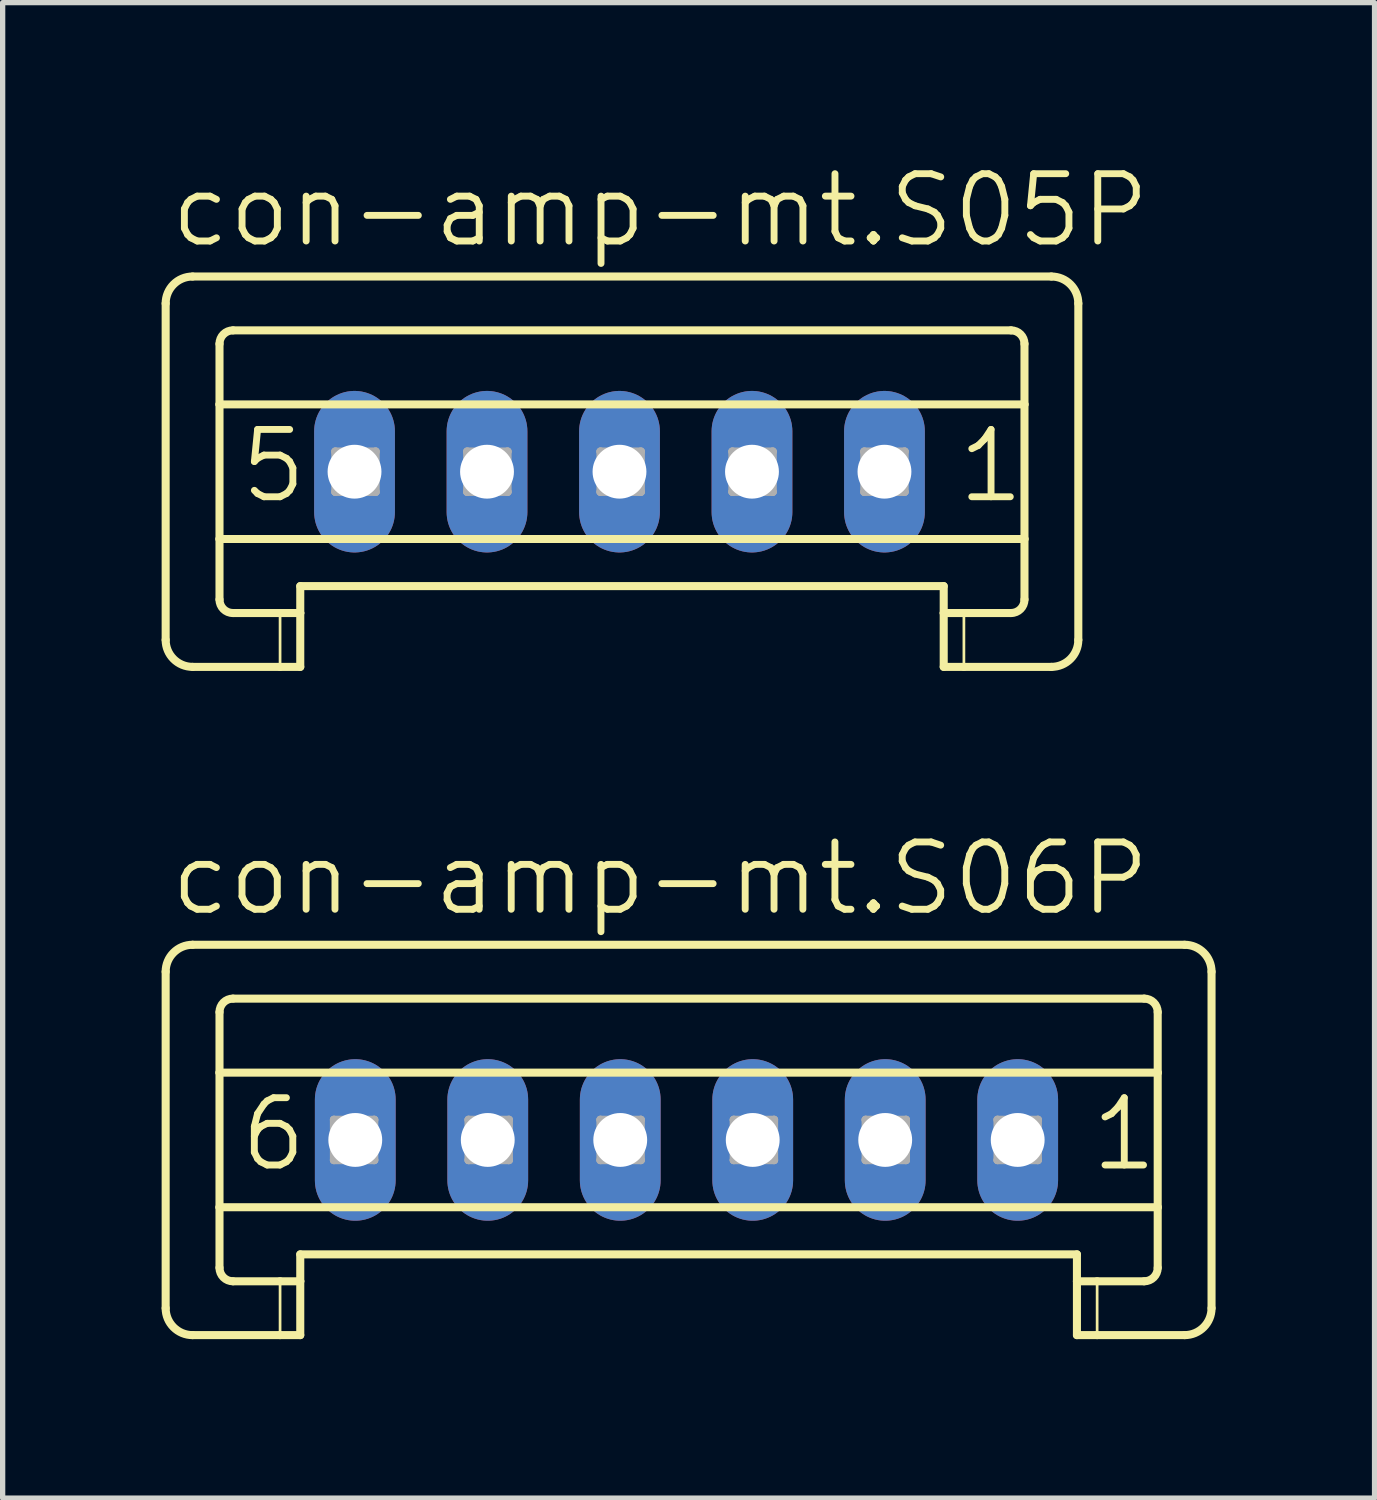
<source format=kicad_pcb>
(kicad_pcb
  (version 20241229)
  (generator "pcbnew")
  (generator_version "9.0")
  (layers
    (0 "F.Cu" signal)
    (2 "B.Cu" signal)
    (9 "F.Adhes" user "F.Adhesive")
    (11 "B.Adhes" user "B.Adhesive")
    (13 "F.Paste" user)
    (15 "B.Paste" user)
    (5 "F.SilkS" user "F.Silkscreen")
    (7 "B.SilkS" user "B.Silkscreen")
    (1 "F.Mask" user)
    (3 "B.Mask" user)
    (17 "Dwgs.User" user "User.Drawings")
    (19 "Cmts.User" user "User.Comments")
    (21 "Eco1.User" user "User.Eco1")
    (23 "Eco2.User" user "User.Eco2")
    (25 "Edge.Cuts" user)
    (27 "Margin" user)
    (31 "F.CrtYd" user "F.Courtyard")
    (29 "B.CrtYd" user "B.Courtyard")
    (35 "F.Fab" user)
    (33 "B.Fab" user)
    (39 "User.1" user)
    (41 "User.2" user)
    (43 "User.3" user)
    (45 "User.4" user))
  (footprint "con-amp-mt.S06P"
    (layer "F.Cu")
    (at 9.904 18.461)
    (property "Reference" "con-amp-mt.S06P" (at -9.803 -4.191 0) (layer "F.SilkS") (effects (font (size 1.27 1.27) (thickness 0.13)) (justify left bottom)))
    (attr through_hole)
    (fp_line (start -9.828 -3.175) (end -9.828 3.175) (stroke (width 0.152) (type default)) (layer "F.SilkS"))
    (fp_line (start -9.32 -3.683) (end 9.4 -3.683) (stroke (width 0.152) (type default)) (layer "F.SilkS"))
    (fp_line (start -8.812 -1.27) (end -8.812 -2.413) (stroke (width 0.152) (type default)) (layer "F.SilkS"))
    (fp_line (start -8.812 -1.27) (end 8.892 -1.27) (stroke (width 0.152) (type default)) (layer "F.SilkS"))
    (fp_line (start -8.812 1.27) (end -8.812 -1.27) (stroke (width 0.152) (type default)) (layer "F.SilkS"))
    (fp_line (start -8.812 1.27) (end 8.892 1.27) (stroke (width 0.152) (type default)) (layer "F.SilkS"))
    (fp_line (start -8.812 2.413) (end -8.812 1.27) (stroke (width 0.152) (type default)) (layer "F.SilkS"))
    (fp_line (start -8.558 -2.667) (end 8.638 -2.667) (stroke (width 0.152) (type default)) (layer "F.SilkS"))
    (fp_line (start -8.558 2.667) (end -7.669 2.667) (stroke (width 0.152) (type default)) (layer "F.SilkS"))
    (fp_line (start -7.669 2.667) (end -7.669 3.683) (stroke (width 0.051) (type default)) (layer "F.SilkS"))
    (fp_line (start -7.669 2.667) (end -7.288 2.667) (stroke (width 0.152) (type default)) (layer "F.SilkS"))
    (fp_line (start -7.669 3.683) (end -9.32 3.683) (stroke (width 0.152) (type default)) (layer "F.SilkS"))
    (fp_line (start -7.288 2.159) (end 7.368 2.159) (stroke (width 0.152) (type default)) (layer "F.SilkS"))
    (fp_line (start -7.288 2.667) (end -7.288 2.159) (stroke (width 0.152) (type default)) (layer "F.SilkS"))
    (fp_line (start -7.288 2.667) (end -7.288 3.683) (stroke (width 0.152) (type default)) (layer "F.SilkS"))
    (fp_line (start -7.288 3.683) (end -7.669 3.683) (stroke (width 0.152) (type default)) (layer "F.SilkS"))
    (fp_line (start 7.368 2.667) (end 7.368 2.159) (stroke (width 0.152) (type default)) (layer "F.SilkS"))
    (fp_line (start 7.368 2.667) (end 7.749 2.667) (stroke (width 0.152) (type default)) (layer "F.SilkS"))
    (fp_line (start 7.368 3.683) (end 7.368 2.667) (stroke (width 0.152) (type default)) (layer "F.SilkS"))
    (fp_line (start 7.749 2.667) (end 7.749 3.683) (stroke (width 0.051) (type default)) (layer "F.SilkS"))
    (fp_line (start 7.749 2.667) (end 8.638 2.667) (stroke (width 0.152) (type default)) (layer "F.SilkS"))
    (fp_line (start 7.749 3.683) (end 7.368 3.683) (stroke (width 0.152) (type default)) (layer "F.SilkS"))
    (fp_line (start 8.892 -1.27) (end 8.892 -2.413) (stroke (width 0.152) (type default)) (layer "F.SilkS"))
    (fp_line (start 8.892 1.27) (end 8.892 -1.27) (stroke (width 0.152) (type default)) (layer "F.SilkS"))
    (fp_line (start 8.892 2.413) (end 8.892 1.27) (stroke (width 0.152) (type default)) (layer "F.SilkS"))
    (fp_line (start 9.4 3.683) (end 7.749 3.683) (stroke (width 0.152) (type default)) (layer "F.SilkS"))
    (fp_line (start 9.908 -3.175) (end 9.908 3.175) (stroke (width 0.152) (type default)) (layer "F.SilkS"))
    (fp_arc (start -9.828 -3.175) (mid -9.67921 -3.53421) (end -9.32 -3.683) (stroke (width 0.1524) (type default)) (layer "F.SilkS"))
    (fp_arc (start -9.32 3.683) (mid -9.67921 3.53421) (end -9.828 3.175) (stroke (width 0.1524) (type default)) (layer "F.SilkS"))
    (fp_arc (start -8.812 -2.413) (mid -8.737605 -2.592605) (end -8.558 -2.667) (stroke (width 0.1524) (type default)) (layer "F.SilkS"))
    (fp_arc (start -8.558 2.667) (mid -8.737605 2.592605) (end -8.812 2.413) (stroke (width 0.1524) (type default)) (layer "F.SilkS"))
    (fp_arc (start 8.638 -2.667) (mid 8.817605 -2.592605) (end 8.892 -2.413) (stroke (width 0.1524) (type default)) (layer "F.SilkS"))
    (fp_arc (start 8.892 2.413) (mid 8.817605 2.592605) (end 8.638 2.667) (stroke (width 0.1524) (type default)) (layer "F.SilkS"))
    (fp_arc (start 9.4 -3.683) (mid 9.75921 -3.53421) (end 9.908 -3.175) (stroke (width 0.1524) (type default)) (layer "F.SilkS"))
    (fp_arc (start 9.908 3.175) (mid 9.75921 3.53421) (end 9.4 3.683) (stroke (width 0.1524) (type default)) (layer "F.SilkS"))
    (fp_line (start -6.653 -0.381) (end -6.653 0.381) (stroke (width 0.152) (type default)) (layer "F.Fab"))
    (fp_line (start -6.653 -0.381) (end -5.891 0.381) (stroke (width 0.152) (type default)) (layer "F.Fab"))
    (fp_line (start -6.653 0.381) (end -5.891 0.381) (stroke (width 0.152) (type default)) (layer "F.Fab"))
    (fp_line (start -5.891 -0.381) (end -6.653 -0.381) (stroke (width 0.152) (type default)) (layer "F.Fab"))
    (fp_line (start -5.891 -0.381) (end -6.653 0.381) (stroke (width 0.152) (type default)) (layer "F.Fab"))
    (fp_line (start -5.891 0.381) (end -5.891 -0.381) (stroke (width 0.152) (type default)) (layer "F.Fab"))
    (fp_line (start -4.113 -0.381) (end -4.113 0.381) (stroke (width 0.152) (type default)) (layer "F.Fab"))
    (fp_line (start -4.113 -0.381) (end -3.351 0.381) (stroke (width 0.152) (type default)) (layer "F.Fab"))
    (fp_line (start -4.113 0.381) (end -3.351 0.381) (stroke (width 0.152) (type default)) (layer "F.Fab"))
    (fp_line (start -3.351 -0.381) (end -4.113 -0.381) (stroke (width 0.152) (type default)) (layer "F.Fab"))
    (fp_line (start -3.351 -0.381) (end -4.113 0.381) (stroke (width 0.152) (type default)) (layer "F.Fab"))
    (fp_line (start -3.351 0.381) (end -3.351 -0.381) (stroke (width 0.152) (type default)) (layer "F.Fab"))
    (fp_line (start -1.624 -0.381) (end -1.624 0.381) (stroke (width 0.152) (type default)) (layer "F.Fab"))
    (fp_line (start -1.624 -0.381) (end -0.862 0.381) (stroke (width 0.152) (type default)) (layer "F.Fab"))
    (fp_line (start -1.624 0.381) (end -0.862 0.381) (stroke (width 0.152) (type default)) (layer "F.Fab"))
    (fp_line (start -0.862 -0.381) (end -1.624 -0.381) (stroke (width 0.152) (type default)) (layer "F.Fab"))
    (fp_line (start -0.862 -0.381) (end -1.624 0.381) (stroke (width 0.152) (type default)) (layer "F.Fab"))
    (fp_line (start -0.862 0.381) (end -0.862 -0.381) (stroke (width 0.152) (type default)) (layer "F.Fab"))
    (fp_line (start 0.891 -0.381) (end 0.891 0.381) (stroke (width 0.152) (type default)) (layer "F.Fab"))
    (fp_line (start 0.891 -0.381) (end 1.653 0.381) (stroke (width 0.152) (type default)) (layer "F.Fab"))
    (fp_line (start 0.891 0.381) (end 1.653 0.381) (stroke (width 0.152) (type default)) (layer "F.Fab"))
    (fp_line (start 1.653 -0.381) (end 0.891 -0.381) (stroke (width 0.152) (type default)) (layer "F.Fab"))
    (fp_line (start 1.653 -0.381) (end 0.891 0.381) (stroke (width 0.152) (type default)) (layer "F.Fab"))
    (fp_line (start 1.653 0.381) (end 1.653 -0.381) (stroke (width 0.152) (type default)) (layer "F.Fab"))
    (fp_line (start 3.38 -0.381) (end 3.38 0.381) (stroke (width 0.152) (type default)) (layer "F.Fab"))
    (fp_line (start 3.38 -0.381) (end 4.142 0.381) (stroke (width 0.152) (type default)) (layer "F.Fab"))
    (fp_line (start 3.38 0.381) (end 4.142 0.381) (stroke (width 0.152) (type default)) (layer "F.Fab"))
    (fp_line (start 4.142 -0.381) (end 3.38 -0.381) (stroke (width 0.152) (type default)) (layer "F.Fab"))
    (fp_line (start 4.142 -0.381) (end 3.38 0.381) (stroke (width 0.152) (type default)) (layer "F.Fab"))
    (fp_line (start 4.142 0.381) (end 4.142 -0.381) (stroke (width 0.152) (type default)) (layer "F.Fab"))
    (fp_line (start 5.869 -0.381) (end 5.869 0.381) (stroke (width 0.152) (type default)) (layer "F.Fab"))
    (fp_line (start 5.869 -0.381) (end 6.631 0.381) (stroke (width 0.152) (type default)) (layer "F.Fab"))
    (fp_line (start 5.869 0.381) (end 6.631 0.381) (stroke (width 0.152) (type default)) (layer "F.Fab"))
    (fp_line (start 6.631 -0.381) (end 5.869 -0.381) (stroke (width 0.152) (type default)) (layer "F.Fab"))
    (fp_line (start 6.631 -0.381) (end 5.869 0.381) (stroke (width 0.152) (type default)) (layer "F.Fab"))
    (fp_line (start 6.631 0.381) (end 6.631 -0.381) (stroke (width 0.152) (type default)) (layer "F.Fab"))
    (fp_text user "6" (at -8.482 0.635 0) (layer "F.SilkS") (effects (font (size 1.27 1.27) (thickness 0.13)) (justify left bottom)))
    (fp_text user "1" (at 7.571 0.635 0) (layer "F.SilkS") (effects (font (size 1.27 1.27) (thickness 0.13)) (justify left bottom)))
    (pad "1" thru_hole oval (at 6.25 0 90) (size 3.048 1.524) (drill 1.016) (layers "*.Cu" "*.Mask"))
    (pad "2" thru_hole oval (at 3.75 0 90) (size 3.048 1.524) (drill 1.016) (layers "*.Cu" "*.Mask"))
    (pad "3" thru_hole oval (at 1.25 0 90) (size 3.048 1.524) (drill 1.016) (layers "*.Cu" "*.Mask"))
    (pad "4" thru_hole oval (at -1.25 0 90) (size 3.048 1.524) (drill 1.016) (layers "*.Cu" "*.Mask"))
    (pad "5" thru_hole oval (at -3.75 0 90) (size 3.048 1.524) (drill 1.016) (layers "*.Cu" "*.Mask"))
    (pad "6" thru_hole oval (at -6.25 0 90) (size 3.048 1.524) (drill 1.016) (layers "*.Cu" "*.Mask")))
  (footprint "con-amp-mt.S05P"
    (layer "F.Cu")
    (at 8.64 5.851)
    (property "Reference" "con-amp-mt.S05P" (at -8.538 -4.191 0) (layer "F.SilkS") (effects (font (size 1.27 1.27) (thickness 0.13)) (justify left bottom)))
    (attr through_hole)
    (fp_line (start -8.564 -3.175) (end -8.564 3.175) (stroke (width 0.152) (type default)) (layer "F.SilkS"))
    (fp_line (start -8.056 -3.683) (end 8.15 -3.683) (stroke (width 0.152) (type default)) (layer "F.SilkS"))
    (fp_line (start -7.548 -1.27) (end -7.548 -2.413) (stroke (width 0.152) (type default)) (layer "F.SilkS"))
    (fp_line (start -7.548 -1.27) (end 7.642 -1.27) (stroke (width 0.152) (type default)) (layer "F.SilkS"))
    (fp_line (start -7.548 1.27) (end -7.548 -1.27) (stroke (width 0.152) (type default)) (layer "F.SilkS"))
    (fp_line (start -7.548 1.27) (end 7.642 1.27) (stroke (width 0.152) (type default)) (layer "F.SilkS"))
    (fp_line (start -7.548 2.413) (end -7.548 1.27) (stroke (width 0.152) (type default)) (layer "F.SilkS"))
    (fp_line (start -7.294 -2.667) (end 7.388 -2.667) (stroke (width 0.152) (type default)) (layer "F.SilkS"))
    (fp_line (start -7.294 2.667) (end -6.405 2.667) (stroke (width 0.152) (type default)) (layer "F.SilkS"))
    (fp_line (start -6.405 2.667) (end -6.405 3.683) (stroke (width 0.051) (type default)) (layer "F.SilkS"))
    (fp_line (start -6.405 2.667) (end -6.024 2.667) (stroke (width 0.152) (type default)) (layer "F.SilkS"))
    (fp_line (start -6.405 3.683) (end -8.056 3.683) (stroke (width 0.152) (type default)) (layer "F.SilkS"))
    (fp_line (start -6.024 2.159) (end 6.118 2.159) (stroke (width 0.152) (type default)) (layer "F.SilkS"))
    (fp_line (start -6.024 2.667) (end -6.024 2.159) (stroke (width 0.152) (type default)) (layer "F.SilkS"))
    (fp_line (start -6.024 2.667) (end -6.024 3.683) (stroke (width 0.152) (type default)) (layer "F.SilkS"))
    (fp_line (start -6.024 3.683) (end -6.405 3.683) (stroke (width 0.152) (type default)) (layer "F.SilkS"))
    (fp_line (start 6.118 2.667) (end 6.118 2.159) (stroke (width 0.152) (type default)) (layer "F.SilkS"))
    (fp_line (start 6.118 2.667) (end 6.499 2.667) (stroke (width 0.152) (type default)) (layer "F.SilkS"))
    (fp_line (start 6.118 3.683) (end 6.118 2.667) (stroke (width 0.152) (type default)) (layer "F.SilkS"))
    (fp_line (start 6.499 2.667) (end 6.499 3.683) (stroke (width 0.051) (type default)) (layer "F.SilkS"))
    (fp_line (start 6.499 2.667) (end 7.388 2.667) (stroke (width 0.152) (type default)) (layer "F.SilkS"))
    (fp_line (start 6.499 3.683) (end 6.118 3.683) (stroke (width 0.152) (type default)) (layer "F.SilkS"))
    (fp_line (start 7.642 -1.27) (end 7.642 -2.413) (stroke (width 0.152) (type default)) (layer "F.SilkS"))
    (fp_line (start 7.642 1.27) (end 7.642 -1.27) (stroke (width 0.152) (type default)) (layer "F.SilkS"))
    (fp_line (start 7.642 2.413) (end 7.642 1.27) (stroke (width 0.152) (type default)) (layer "F.SilkS"))
    (fp_line (start 8.15 3.683) (end 6.499 3.683) (stroke (width 0.152) (type default)) (layer "F.SilkS"))
    (fp_line (start 8.658 -3.175) (end 8.658 3.175) (stroke (width 0.152) (type default)) (layer "F.SilkS"))
    (fp_arc (start -8.564 -3.175) (mid -8.41521 -3.53421) (end -8.056 -3.683) (stroke (width 0.1524) (type default)) (layer "F.SilkS"))
    (fp_arc (start -8.056 3.683) (mid -8.41521 3.53421) (end -8.564 3.175) (stroke (width 0.1524) (type default)) (layer "F.SilkS"))
    (fp_arc (start -7.548 -2.413) (mid -7.473605 -2.592605) (end -7.294 -2.667) (stroke (width 0.1524) (type default)) (layer "F.SilkS"))
    (fp_arc (start -7.294 2.667) (mid -7.473605 2.592605) (end -7.548 2.413) (stroke (width 0.1524) (type default)) (layer "F.SilkS"))
    (fp_arc (start 7.388 -2.667) (mid 7.567605 -2.592605) (end 7.642 -2.413) (stroke (width 0.1524) (type default)) (layer "F.SilkS"))
    (fp_arc (start 7.642 2.413) (mid 7.567605 2.592605) (end 7.388 2.667) (stroke (width 0.1524) (type default)) (layer "F.SilkS"))
    (fp_arc (start 8.15 -3.683) (mid 8.50921 -3.53421) (end 8.658 -3.175) (stroke (width 0.1524) (type default)) (layer "F.SilkS"))
    (fp_arc (start 8.658 3.175) (mid 8.50921 3.53421) (end 8.15 3.683) (stroke (width 0.1524) (type default)) (layer "F.SilkS"))
    (fp_line (start -5.363 -0.381) (end -5.363 0.381) (stroke (width 0.152) (type default)) (layer "F.Fab"))
    (fp_line (start -5.363 -0.381) (end -4.601 0.381) (stroke (width 0.152) (type default)) (layer "F.Fab"))
    (fp_line (start -5.363 0.381) (end -4.601 0.381) (stroke (width 0.152) (type default)) (layer "F.Fab"))
    (fp_line (start -4.601 -0.381) (end -5.363 -0.381) (stroke (width 0.152) (type default)) (layer "F.Fab"))
    (fp_line (start -4.601 -0.381) (end -5.363 0.381) (stroke (width 0.152) (type default)) (layer "F.Fab"))
    (fp_line (start -4.601 0.381) (end -4.601 -0.381) (stroke (width 0.152) (type default)) (layer "F.Fab"))
    (fp_line (start -2.874 -0.381) (end -2.874 0.381) (stroke (width 0.152) (type default)) (layer "F.Fab"))
    (fp_line (start -2.874 -0.381) (end -2.112 0.381) (stroke (width 0.152) (type default)) (layer "F.Fab"))
    (fp_line (start -2.874 0.381) (end -2.112 0.381) (stroke (width 0.152) (type default)) (layer "F.Fab"))
    (fp_line (start -2.112 -0.381) (end -2.874 -0.381) (stroke (width 0.152) (type default)) (layer "F.Fab"))
    (fp_line (start -2.112 -0.381) (end -2.874 0.381) (stroke (width 0.152) (type default)) (layer "F.Fab"))
    (fp_line (start -2.112 0.381) (end -2.112 -0.381) (stroke (width 0.152) (type default)) (layer "F.Fab"))
    (fp_line (start -0.359 -0.381) (end -0.359 0.381) (stroke (width 0.152) (type default)) (layer "F.Fab"))
    (fp_line (start -0.359 -0.381) (end 0.403 0.381) (stroke (width 0.152) (type default)) (layer "F.Fab"))
    (fp_line (start -0.359 0.381) (end 0.403 0.381) (stroke (width 0.152) (type default)) (layer "F.Fab"))
    (fp_line (start 0.403 -0.381) (end -0.359 -0.381) (stroke (width 0.152) (type default)) (layer "F.Fab"))
    (fp_line (start 0.403 -0.381) (end -0.359 0.381) (stroke (width 0.152) (type default)) (layer "F.Fab"))
    (fp_line (start 0.403 0.381) (end 0.403 -0.381) (stroke (width 0.152) (type default)) (layer "F.Fab"))
    (fp_line (start 2.13 -0.381) (end 2.13 0.381) (stroke (width 0.152) (type default)) (layer "F.Fab"))
    (fp_line (start 2.13 -0.381) (end 2.892 0.381) (stroke (width 0.152) (type default)) (layer "F.Fab"))
    (fp_line (start 2.13 0.381) (end 2.892 0.381) (stroke (width 0.152) (type default)) (layer "F.Fab"))
    (fp_line (start 2.892 -0.381) (end 2.13 -0.381) (stroke (width 0.152) (type default)) (layer "F.Fab"))
    (fp_line (start 2.892 -0.381) (end 2.13 0.381) (stroke (width 0.152) (type default)) (layer "F.Fab"))
    (fp_line (start 2.892 0.381) (end 2.892 -0.381) (stroke (width 0.152) (type default)) (layer "F.Fab"))
    (fp_line (start 4.619 -0.381) (end 4.619 0.381) (stroke (width 0.152) (type default)) (layer "F.Fab"))
    (fp_line (start 4.619 -0.381) (end 5.381 0.381) (stroke (width 0.152) (type default)) (layer "F.Fab"))
    (fp_line (start 4.619 0.381) (end 5.381 0.381) (stroke (width 0.152) (type default)) (layer "F.Fab"))
    (fp_line (start 5.381 -0.381) (end 4.619 -0.381) (stroke (width 0.152) (type default)) (layer "F.Fab"))
    (fp_line (start 5.381 -0.381) (end 4.619 0.381) (stroke (width 0.152) (type default)) (layer "F.Fab"))
    (fp_line (start 5.381 0.381) (end 5.381 -0.381) (stroke (width 0.152) (type default)) (layer "F.Fab"))
    (fp_text user "5" (at -7.217 0.635 0) (layer "F.SilkS") (effects (font (size 1.27 1.27) (thickness 0.13)) (justify left bottom)))
    (fp_text user "1" (at 6.321 0.635 0) (layer "F.SilkS") (effects (font (size 1.27 1.27) (thickness 0.13)) (justify left bottom)))
    (pad "1" thru_hole oval (at 5 0 90) (size 3.048 1.524) (drill 1.016) (layers "*.Cu" "*.Mask"))
    (pad "2" thru_hole oval (at 2.5 0 90) (size 3.048 1.524) (drill 1.016) (layers "*.Cu" "*.Mask"))
    (pad "3" thru_hole oval (at 0 0 90) (size 3.048 1.524) (drill 1.016) (layers "*.Cu" "*.Mask"))
    (pad "4" thru_hole oval (at -2.5 0 90) (size 3.048 1.524) (drill 1.016) (layers "*.Cu" "*.Mask"))
    (pad "5" thru_hole oval (at -5 0 90) (size 3.048 1.524) (drill 1.016) (layers "*.Cu" "*.Mask")))
  (gr_rect
    (start -3 -3)
    (end 22.888 25.22)
    (stroke (width 0.1) (type default))
    (fill no)
    (layer "Edge.Cuts")))
</source>
